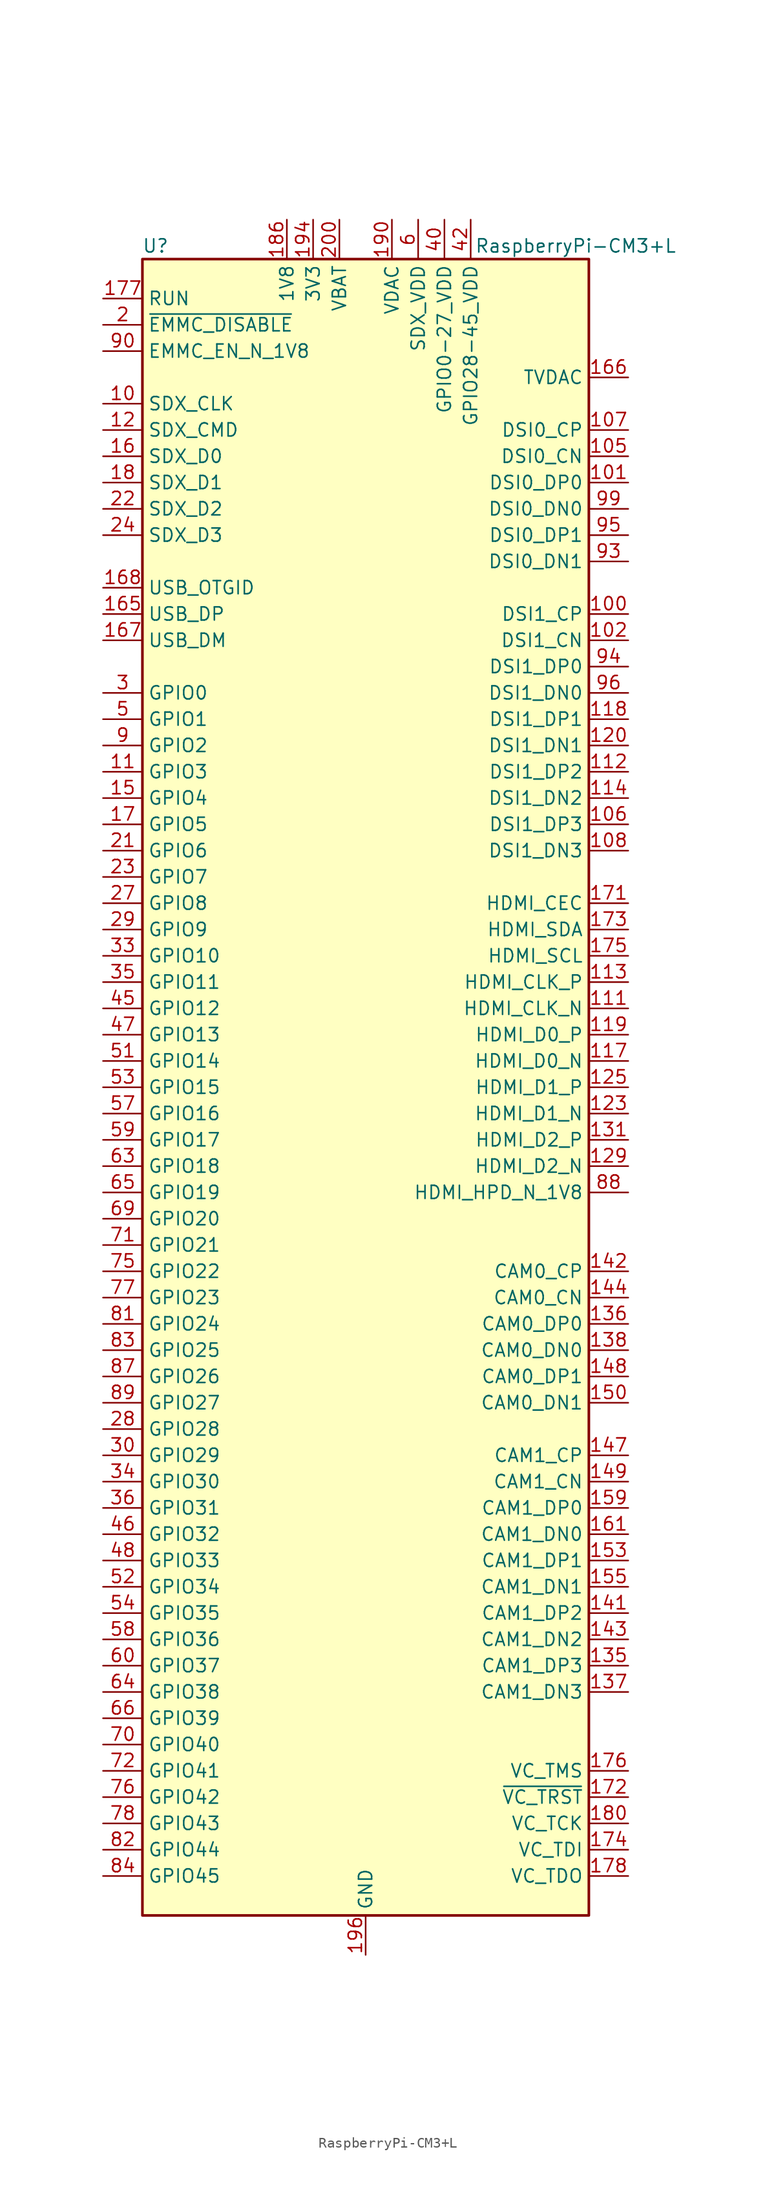
<source format=kicad_sym>
(kicad_symbol_lib
  (version 20200908)
  (generator kicad_symbol_editor)
  (symbol "MCU_Module:RaspberryPi-CM3+L"
    (property "Reference" "U"
      (at -20.32 81.28 0)
      (effects (font (size 1.27 1.27))))
    (property "Value" "RaspberryPi-CM3+L"
      (at 20.32 81.28 0)
      (effects (font (size 1.27 1.27))))
    (symbol "RaspberryPi-CM3+L_0_1"
      (rectangle (start -21.59 80.01) (end 21.59 -80.01) (stroke (width 0.254)) (fill (type background))))
    (symbol "RaspberryPi-CM3+L_1_1"
      (pin passive line (at 0 -83.82 90) (length 3.81) hide (name "GND" (effects (font (size 1.27 1.27)))) (number "1" (effects (font (size 1.27 1.27)))))
      (pin output line (at -25.4 66.04 0) (length 3.81) (name "SDX_CLK" (effects (font (size 1.27 1.27)))) (number "10" (effects (font (size 1.27 1.27)))))
      (pin output line (at 25.4 45.72 180) (length 3.81) (name "DSI1_CP" (effects (font (size 1.27 1.27)))) (number "100" (effects (font (size 1.27 1.27)))))
      (pin output line (at 25.4 58.42 180) (length 3.81) (name "DSI0_DP0" (effects (font (size 1.27 1.27)))) (number "101" (effects (font (size 1.27 1.27)))))
      (pin output line (at 25.4 43.18 180) (length 3.81) (name "DSI1_CN" (effects (font (size 1.27 1.27)))) (number "102" (effects (font (size 1.27 1.27)))))
      (pin passive line (at 0 -83.82 90) (length 3.81) hide (name "GND" (effects (font (size 1.27 1.27)))) (number "103" (effects (font (size 1.27 1.27)))))
      (pin passive line (at 0 -83.82 90) (length 3.81) hide (name "GND" (effects (font (size 1.27 1.27)))) (number "104" (effects (font (size 1.27 1.27)))))
      (pin output line (at 25.4 60.96 180) (length 3.81) (name "DSI0_CN" (effects (font (size 1.27 1.27)))) (number "105" (effects (font (size 1.27 1.27)))))
      (pin output line (at 25.4 25.4 180) (length 3.81) (name "DSI1_DP3" (effects (font (size 1.27 1.27)))) (number "106" (effects (font (size 1.27 1.27)))))
      (pin output line (at 25.4 63.5 180) (length 3.81) (name "DSI0_CP" (effects (font (size 1.27 1.27)))) (number "107" (effects (font (size 1.27 1.27)))))
      (pin output line (at 25.4 22.86 180) (length 3.81) (name "DSI1_DN3" (effects (font (size 1.27 1.27)))) (number "108" (effects (font (size 1.27 1.27)))))
      (pin passive line (at 0 -83.82 90) (length 3.81) hide (name "GND" (effects (font (size 1.27 1.27)))) (number "109" (effects (font (size 1.27 1.27)))))
      (pin bidirectional line (at -25.4 30.48 0) (length 3.81) (name "GPIO3" (effects (font (size 1.27 1.27)))) (number "11" (effects (font (size 1.27 1.27)))))
      (pin passive line (at 0 -83.82 90) (length 3.81) hide (name "GND" (effects (font (size 1.27 1.27)))) (number "110" (effects (font (size 1.27 1.27)))))
      (pin output line (at 25.4 7.62 180) (length 3.81) (name "HDMI_CLK_N" (effects (font (size 1.27 1.27)))) (number "111" (effects (font (size 1.27 1.27)))))
      (pin output line (at 25.4 30.48 180) (length 3.81) (name "DSI1_DP2" (effects (font (size 1.27 1.27)))) (number "112" (effects (font (size 1.27 1.27)))))
      (pin output line (at 25.4 10.16 180) (length 3.81) (name "HDMI_CLK_P" (effects (font (size 1.27 1.27)))) (number "113" (effects (font (size 1.27 1.27)))))
      (pin output line (at 25.4 27.94 180) (length 3.81) (name "DSI1_DN2" (effects (font (size 1.27 1.27)))) (number "114" (effects (font (size 1.27 1.27)))))
      (pin passive line (at 0 -83.82 90) (length 3.81) hide (name "GND" (effects (font (size 1.27 1.27)))) (number "115" (effects (font (size 1.27 1.27)))))
      (pin passive line (at 0 -83.82 90) (length 3.81) hide (name "GND" (effects (font (size 1.27 1.27)))) (number "116" (effects (font (size 1.27 1.27)))))
      (pin output line (at 25.4 2.54 180) (length 3.81) (name "HDMI_D0_N" (effects (font (size 1.27 1.27)))) (number "117" (effects (font (size 1.27 1.27)))))
      (pin output line (at 25.4 35.56 180) (length 3.81) (name "DSI1_DP1" (effects (font (size 1.27 1.27)))) (number "118" (effects (font (size 1.27 1.27)))))
      (pin output line (at 25.4 5.08 180) (length 3.81) (name "HDMI_D0_P" (effects (font (size 1.27 1.27)))) (number "119" (effects (font (size 1.27 1.27)))))
      (pin bidirectional line (at -25.4 63.5 0) (length 3.81) (name "SDX_CMD" (effects (font (size 1.27 1.27)))) (number "12" (effects (font (size 1.27 1.27)))))
      (pin output line (at 25.4 33.02 180) (length 3.81) (name "DSI1_DN1" (effects (font (size 1.27 1.27)))) (number "120" (effects (font (size 1.27 1.27)))))
      (pin passive line (at 0 -83.82 90) (length 3.81) hide (name "GND" (effects (font (size 1.27 1.27)))) (number "121" (effects (font (size 1.27 1.27)))))
      (pin passive line (at 0 -83.82 90) (length 3.81) hide (name "GND" (effects (font (size 1.27 1.27)))) (number "122" (effects (font (size 1.27 1.27)))))
      (pin output line (at 25.4 -2.54 180) (length 3.81) (name "HDMI_D1_N" (effects (font (size 1.27 1.27)))) (number "123" (effects (font (size 1.27 1.27)))))
      (pin unconnected line (at 20.32 76.2 180) (length 2.54) hide (name "NC" (effects (font (size 1.27 1.27)))) (number "124" (effects (font (size 1.27 1.27)))))
      (pin output line (at 25.4 0 180) (length 3.81) (name "HDMI_D1_P" (effects (font (size 1.27 1.27)))) (number "125" (effects (font (size 1.27 1.27)))))
      (pin unconnected line (at 20.32 73.66 180) (length 2.54) hide (name "NC" (effects (font (size 1.27 1.27)))) (number "126" (effects (font (size 1.27 1.27)))))
      (pin passive line (at 0 -83.82 90) (length 3.81) hide (name "GND" (effects (font (size 1.27 1.27)))) (number "127" (effects (font (size 1.27 1.27)))))
      (pin unconnected line (at 20.32 71.12 180) (length 2.54) hide (name "NC" (effects (font (size 1.27 1.27)))) (number "128" (effects (font (size 1.27 1.27)))))
      (pin output line (at 25.4 -7.62 180) (length 3.81) (name "HDMI_D2_N" (effects (font (size 1.27 1.27)))) (number "129" (effects (font (size 1.27 1.27)))))
      (pin passive line (at 0 -83.82 90) (length 3.81) hide (name "GND" (effects (font (size 1.27 1.27)))) (number "13" (effects (font (size 1.27 1.27)))))
      (pin unconnected line (at 20.32 66.04 180) (length 2.54) hide (name "NC" (effects (font (size 1.27 1.27)))) (number "130" (effects (font (size 1.27 1.27)))))
      (pin output line (at 25.4 -5.08 180) (length 3.81) (name "HDMI_D2_P" (effects (font (size 1.27 1.27)))) (number "131" (effects (font (size 1.27 1.27)))))
      (pin unconnected line (at 20.32 48.26 180) (length 2.54) hide (name "NC" (effects (font (size 1.27 1.27)))) (number "132" (effects (font (size 1.27 1.27)))))
      (pin passive line (at 0 -83.82 90) (length 3.81) hide (name "GND" (effects (font (size 1.27 1.27)))) (number "133" (effects (font (size 1.27 1.27)))))
      (pin passive line (at 0 -83.82 90) (length 3.81) hide (name "GND" (effects (font (size 1.27 1.27)))) (number "134" (effects (font (size 1.27 1.27)))))
      (pin input line (at 25.4 -55.88 180) (length 3.81) (name "CAM1_DP3" (effects (font (size 1.27 1.27)))) (number "135" (effects (font (size 1.27 1.27)))))
      (pin input line (at 25.4 -22.86 180) (length 3.81) (name "CAM0_DP0" (effects (font (size 1.27 1.27)))) (number "136" (effects (font (size 1.27 1.27)))))
      (pin input line (at 25.4 -58.42 180) (length 3.81) (name "CAM1_DN3" (effects (font (size 1.27 1.27)))) (number "137" (effects (font (size 1.27 1.27)))))
      (pin input line (at 25.4 -25.4 180) (length 3.81) (name "CAM0_DN0" (effects (font (size 1.27 1.27)))) (number "138" (effects (font (size 1.27 1.27)))))
      (pin passive line (at 0 -83.82 90) (length 3.81) hide (name "GND" (effects (font (size 1.27 1.27)))) (number "139" (effects (font (size 1.27 1.27)))))
      (pin passive line (at 0 -83.82 90) (length 3.81) hide (name "GND" (effects (font (size 1.27 1.27)))) (number "14" (effects (font (size 1.27 1.27)))))
      (pin passive line (at 0 -83.82 90) (length 3.81) hide (name "GND" (effects (font (size 1.27 1.27)))) (number "140" (effects (font (size 1.27 1.27)))))
      (pin input line (at 25.4 -50.8 180) (length 3.81) (name "CAM1_DP2" (effects (font (size 1.27 1.27)))) (number "141" (effects (font (size 1.27 1.27)))))
      (pin input line (at 25.4 -17.78 180) (length 3.81) (name "CAM0_CP" (effects (font (size 1.27 1.27)))) (number "142" (effects (font (size 1.27 1.27)))))
      (pin input line (at 25.4 -53.34 180) (length 3.81) (name "CAM1_DN2" (effects (font (size 1.27 1.27)))) (number "143" (effects (font (size 1.27 1.27)))))
      (pin input line (at 25.4 -20.32 180) (length 3.81) (name "CAM0_CN" (effects (font (size 1.27 1.27)))) (number "144" (effects (font (size 1.27 1.27)))))
      (pin passive line (at 0 -83.82 90) (length 3.81) hide (name "GND" (effects (font (size 1.27 1.27)))) (number "145" (effects (font (size 1.27 1.27)))))
      (pin passive line (at 0 -83.82 90) (length 3.81) hide (name "GND" (effects (font (size 1.27 1.27)))) (number "146" (effects (font (size 1.27 1.27)))))
      (pin input line (at 25.4 -35.56 180) (length 3.81) (name "CAM1_CP" (effects (font (size 1.27 1.27)))) (number "147" (effects (font (size 1.27 1.27)))))
      (pin input line (at 25.4 -27.94 180) (length 3.81) (name "CAM0_DP1" (effects (font (size 1.27 1.27)))) (number "148" (effects (font (size 1.27 1.27)))))
      (pin input line (at 25.4 -38.1 180) (length 3.81) (name "CAM1_CN" (effects (font (size 1.27 1.27)))) (number "149" (effects (font (size 1.27 1.27)))))
      (pin bidirectional line (at -25.4 27.94 0) (length 3.81) (name "GPIO4" (effects (font (size 1.27 1.27)))) (number "15" (effects (font (size 1.27 1.27)))))
      (pin input line (at 25.4 -30.48 180) (length 3.81) (name "CAM0_DN1" (effects (font (size 1.27 1.27)))) (number "150" (effects (font (size 1.27 1.27)))))
      (pin passive line (at 0 -83.82 90) (length 3.81) hide (name "GND" (effects (font (size 1.27 1.27)))) (number "151" (effects (font (size 1.27 1.27)))))
      (pin passive line (at 0 -83.82 90) (length 3.81) hide (name "GND" (effects (font (size 1.27 1.27)))) (number "152" (effects (font (size 1.27 1.27)))))
      (pin input line (at 25.4 -45.72 180) (length 3.81) (name "CAM1_DP1" (effects (font (size 1.27 1.27)))) (number "153" (effects (font (size 1.27 1.27)))))
      (pin unconnected line (at 20.32 -15.24 180) (length 2.54) hide (name "NC" (effects (font (size 1.27 1.27)))) (number "154" (effects (font (size 1.27 1.27)))))
      (pin input line (at 25.4 -48.26 180) (length 3.81) (name "CAM1_DN1" (effects (font (size 1.27 1.27)))) (number "155" (effects (font (size 1.27 1.27)))))
      (pin unconnected line (at 20.32 -12.7 180) (length 2.54) hide (name "NC" (effects (font (size 1.27 1.27)))) (number "156" (effects (font (size 1.27 1.27)))))
      (pin passive line (at 0 -83.82 90) (length 3.81) hide (name "GND" (effects (font (size 1.27 1.27)))) (number "157" (effects (font (size 1.27 1.27)))))
      (pin unconnected line (at 20.32 20.32 180) (length 2.54) hide (name "NC" (effects (font (size 1.27 1.27)))) (number "158" (effects (font (size 1.27 1.27)))))
      (pin input line (at 25.4 -40.64 180) (length 3.81) (name "CAM1_DP0" (effects (font (size 1.27 1.27)))) (number "159" (effects (font (size 1.27 1.27)))))
      (pin bidirectional line (at -25.4 60.96 0) (length 3.81) (name "SDX_D0" (effects (font (size 1.27 1.27)))) (number "16" (effects (font (size 1.27 1.27)))))
      (pin unconnected line (at 20.32 -60.96 180) (length 2.54) hide (name "NC" (effects (font (size 1.27 1.27)))) (number "160" (effects (font (size 1.27 1.27)))))
      (pin input line (at 25.4 -43.18 180) (length 3.81) (name "CAM1_DN0" (effects (font (size 1.27 1.27)))) (number "161" (effects (font (size 1.27 1.27)))))
      (pin unconnected line (at 20.32 -63.5 180) (length 2.54) hide (name "NC" (effects (font (size 1.27 1.27)))) (number "162" (effects (font (size 1.27 1.27)))))
      (pin passive line (at 0 -83.82 90) (length 3.81) hide (name "GND" (effects (font (size 1.27 1.27)))) (number "163" (effects (font (size 1.27 1.27)))))
      (pin passive line (at 0 -83.82 90) (length 3.81) hide (name "GND" (effects (font (size 1.27 1.27)))) (number "164" (effects (font (size 1.27 1.27)))))
      (pin bidirectional line (at -25.4 45.72 0) (length 3.81) (name "USB_DP" (effects (font (size 1.27 1.27)))) (number "165" (effects (font (size 1.27 1.27)))))
      (pin output line (at 25.4 68.58 180) (length 3.81) (name "TVDAC" (effects (font (size 1.27 1.27)))) (number "166" (effects (font (size 1.27 1.27)))))
      (pin bidirectional line (at -25.4 43.18 0) (length 3.81) (name "USB_DM" (effects (font (size 1.27 1.27)))) (number "167" (effects (font (size 1.27 1.27)))))
      (pin passive line (at -25.4 48.26 0) (length 3.81) (name "USB_OTGID" (effects (font (size 1.27 1.27)))) (number "168" (effects (font (size 1.27 1.27)))))
      (pin passive line (at 0 -83.82 90) (length 3.81) hide (name "GND" (effects (font (size 1.27 1.27)))) (number "169" (effects (font (size 1.27 1.27)))))
      (pin bidirectional line (at -25.4 25.4 0) (length 3.81) (name "GPIO5" (effects (font (size 1.27 1.27)))) (number "17" (effects (font (size 1.27 1.27)))))
      (pin passive line (at 0 -83.82 90) (length 3.81) hide (name "GND" (effects (font (size 1.27 1.27)))) (number "170" (effects (font (size 1.27 1.27)))))
      (pin bidirectional line (at 25.4 17.78 180) (length 3.81) (name "HDMI_CEC" (effects (font (size 1.27 1.27)))) (number "171" (effects (font (size 1.27 1.27)))))
      (pin input line (at 25.4 -68.58 180) (length 3.81) (name "~VC_TRST" (effects (font (size 1.27 1.27)))) (number "172" (effects (font (size 1.27 1.27)))))
      (pin bidirectional line (at 25.4 15.24 180) (length 3.81) (name "HDMI_SDA" (effects (font (size 1.27 1.27)))) (number "173" (effects (font (size 1.27 1.27)))))
      (pin input line (at 25.4 -73.66 180) (length 3.81) (name "VC_TDI" (effects (font (size 1.27 1.27)))) (number "174" (effects (font (size 1.27 1.27)))))
      (pin bidirectional line (at 25.4 12.7 180) (length 3.81) (name "HDMI_SCL" (effects (font (size 1.27 1.27)))) (number "175" (effects (font (size 1.27 1.27)))))
      (pin input line (at 25.4 -66.04 180) (length 3.81) (name "VC_TMS" (effects (font (size 1.27 1.27)))) (number "176" (effects (font (size 1.27 1.27)))))
      (pin input line (at -25.4 76.2 0) (length 3.81) (name "RUN" (effects (font (size 1.27 1.27)))) (number "177" (effects (font (size 1.27 1.27)))))
      (pin output line (at 25.4 -76.2 180) (length 3.81) (name "VC_TDO" (effects (font (size 1.27 1.27)))) (number "178" (effects (font (size 1.27 1.27)))))
      (pin unconnected line (at 0 78.74 270) (length 2.54) hide (name "VDD_CORE_(DO_NOT_CONNECT)" (effects (font (size 1.27 1.27)))) (number "179" (effects (font (size 1.27 1.27)))))
      (pin bidirectional line (at -25.4 58.42 0) (length 3.81) (name "SDX_D1" (effects (font (size 1.27 1.27)))) (number "18" (effects (font (size 1.27 1.27)))))
      (pin input line (at 25.4 -71.12 180) (length 3.81) (name "VC_TCK" (effects (font (size 1.27 1.27)))) (number "180" (effects (font (size 1.27 1.27)))))
      (pin passive line (at 0 -83.82 90) (length 3.81) hide (name "GND" (effects (font (size 1.27 1.27)))) (number "181" (effects (font (size 1.27 1.27)))))
      (pin passive line (at 0 -83.82 90) (length 3.81) hide (name "GND" (effects (font (size 1.27 1.27)))) (number "182" (effects (font (size 1.27 1.27)))))
      (pin passive line (at -7.62 83.82 270) (length 3.81) hide (name "1V8" (effects (font (size 1.27 1.27)))) (number "183" (effects (font (size 1.27 1.27)))))
      (pin passive line (at -7.62 83.82 270) (length 3.81) hide (name "1V8" (effects (font (size 1.27 1.27)))) (number "184" (effects (font (size 1.27 1.27)))))
      (pin passive line (at -7.62 83.82 270) (length 3.81) hide (name "1V8" (effects (font (size 1.27 1.27)))) (number "185" (effects (font (size 1.27 1.27)))))
      (pin power_in line (at -7.62 83.82 270) (length 3.81) (name "1V8" (effects (font (size 1.27 1.27)))) (number "186" (effects (font (size 1.27 1.27)))))
      (pin passive line (at 0 -83.82 90) (length 3.81) hide (name "GND" (effects (font (size 1.27 1.27)))) (number "187" (effects (font (size 1.27 1.27)))))
      (pin passive line (at 0 -83.82 90) (length 3.81) hide (name "GND" (effects (font (size 1.27 1.27)))) (number "188" (effects (font (size 1.27 1.27)))))
      (pin passive line (at 2.54 83.82 270) (length 3.81) hide (name "VDAC" (effects (font (size 1.27 1.27)))) (number "189" (effects (font (size 1.27 1.27)))))
      (pin passive line (at 0 -83.82 90) (length 3.81) hide (name "GND" (effects (font (size 1.27 1.27)))) (number "19" (effects (font (size 1.27 1.27)))))
      (pin power_in line (at 2.54 83.82 270) (length 3.81) (name "VDAC" (effects (font (size 1.27 1.27)))) (number "190" (effects (font (size 1.27 1.27)))))
      (pin passive line (at -5.08 83.82 270) (length 3.81) hide (name "3V3" (effects (font (size 1.27 1.27)))) (number "191" (effects (font (size 1.27 1.27)))))
      (pin passive line (at -5.08 83.82 270) (length 3.81) hide (name "3V3" (effects (font (size 1.27 1.27)))) (number "192" (effects (font (size 1.27 1.27)))))
      (pin passive line (at -5.08 83.82 270) (length 3.81) hide (name "3V3" (effects (font (size 1.27 1.27)))) (number "193" (effects (font (size 1.27 1.27)))))
      (pin power_in line (at -5.08 83.82 270) (length 3.81) (name "3V3" (effects (font (size 1.27 1.27)))) (number "194" (effects (font (size 1.27 1.27)))))
      (pin passive line (at 0 -83.82 90) (length 3.81) hide (name "GND" (effects (font (size 1.27 1.27)))) (number "195" (effects (font (size 1.27 1.27)))))
      (pin power_out line (at 0 -83.82 90) (length 3.81) (name "GND" (effects (font (size 1.27 1.27)))) (number "196" (effects (font (size 1.27 1.27)))))
      (pin passive line (at -2.54 83.82 270) (length 3.81) hide (name "VBAT" (effects (font (size 1.27 1.27)))) (number "197" (effects (font (size 1.27 1.27)))))
      (pin passive line (at -2.54 83.82 270) (length 3.81) hide (name "VBAT" (effects (font (size 1.27 1.27)))) (number "198" (effects (font (size 1.27 1.27)))))
      (pin passive line (at -2.54 83.82 270) (length 3.81) hide (name "VBAT" (effects (font (size 1.27 1.27)))) (number "199" (effects (font (size 1.27 1.27)))))
      (pin input line (at -25.4 73.66 0) (length 3.81) (name "~EMMC_DISABLE" (effects (font (size 1.27 1.27)))) (number "2" (effects (font (size 1.27 1.27)))))
      (pin passive line (at 0 -83.82 90) (length 3.81) hide (name "GND" (effects (font (size 1.27 1.27)))) (number "20" (effects (font (size 1.27 1.27)))))
      (pin power_in line (at -2.54 83.82 270) (length 3.81) (name "VBAT" (effects (font (size 1.27 1.27)))) (number "200" (effects (font (size 1.27 1.27)))))
      (pin bidirectional line (at -25.4 22.86 0) (length 3.81) (name "GPIO6" (effects (font (size 1.27 1.27)))) (number "21" (effects (font (size 1.27 1.27)))))
      (pin bidirectional line (at -25.4 55.88 0) (length 3.81) (name "SDX_D2" (effects (font (size 1.27 1.27)))) (number "22" (effects (font (size 1.27 1.27)))))
      (pin bidirectional line (at -25.4 20.32 0) (length 3.81) (name "GPIO7" (effects (font (size 1.27 1.27)))) (number "23" (effects (font (size 1.27 1.27)))))
      (pin bidirectional line (at -25.4 53.34 0) (length 3.81) (name "SDX_D3" (effects (font (size 1.27 1.27)))) (number "24" (effects (font (size 1.27 1.27)))))
      (pin passive line (at 0 -83.82 90) (length 3.81) hide (name "GND" (effects (font (size 1.27 1.27)))) (number "25" (effects (font (size 1.27 1.27)))))
      (pin passive line (at 0 -83.82 90) (length 3.81) hide (name "GND" (effects (font (size 1.27 1.27)))) (number "26" (effects (font (size 1.27 1.27)))))
      (pin bidirectional line (at -25.4 17.78 0) (length 3.81) (name "GPIO8" (effects (font (size 1.27 1.27)))) (number "27" (effects (font (size 1.27 1.27)))))
      (pin bidirectional line (at -25.4 -33.02 0) (length 3.81) (name "GPIO28" (effects (font (size 1.27 1.27)))) (number "28" (effects (font (size 1.27 1.27)))))
      (pin bidirectional line (at -25.4 15.24 0) (length 3.81) (name "GPIO9" (effects (font (size 1.27 1.27)))) (number "29" (effects (font (size 1.27 1.27)))))
      (pin bidirectional line (at -25.4 38.1 0) (length 3.81) (name "GPIO0" (effects (font (size 1.27 1.27)))) (number "3" (effects (font (size 1.27 1.27)))))
      (pin bidirectional line (at -25.4 -35.56 0) (length 3.81) (name "GPIO29" (effects (font (size 1.27 1.27)))) (number "30" (effects (font (size 1.27 1.27)))))
      (pin passive line (at 0 -83.82 90) (length 3.81) hide (name "GND" (effects (font (size 1.27 1.27)))) (number "31" (effects (font (size 1.27 1.27)))))
      (pin passive line (at 0 -83.82 90) (length 3.81) hide (name "GND" (effects (font (size 1.27 1.27)))) (number "32" (effects (font (size 1.27 1.27)))))
      (pin bidirectional line (at -25.4 12.7 0) (length 3.81) (name "GPIO10" (effects (font (size 1.27 1.27)))) (number "33" (effects (font (size 1.27 1.27)))))
      (pin bidirectional line (at -25.4 -38.1 0) (length 3.81) (name "GPIO30" (effects (font (size 1.27 1.27)))) (number "34" (effects (font (size 1.27 1.27)))))
      (pin bidirectional line (at -25.4 10.16 0) (length 3.81) (name "GPIO11" (effects (font (size 1.27 1.27)))) (number "35" (effects (font (size 1.27 1.27)))))
      (pin bidirectional line (at -25.4 -40.64 0) (length 3.81) (name "GPIO31" (effects (font (size 1.27 1.27)))) (number "36" (effects (font (size 1.27 1.27)))))
      (pin passive line (at 0 -83.82 90) (length 3.81) hide (name "GND" (effects (font (size 1.27 1.27)))) (number "37" (effects (font (size 1.27 1.27)))))
      (pin passive line (at 0 -83.82 90) (length 3.81) hide (name "GND" (effects (font (size 1.27 1.27)))) (number "38" (effects (font (size 1.27 1.27)))))
      (pin passive line (at 7.62 83.82 270) (length 3.81) hide (name "GPIO0-27_VDD" (effects (font (size 1.27 1.27)))) (number "39" (effects (font (size 1.27 1.27)))))
      (pin passive line (at 5.08 83.82 270) (length 3.81) hide (name "SDX_VDD" (effects (font (size 1.27 1.27)))) (number "4" (effects (font (size 1.27 1.27)))))
      (pin power_in line (at 7.62 83.82 270) (length 3.81) (name "GPIO0-27_VDD" (effects (font (size 1.27 1.27)))) (number "40" (effects (font (size 1.27 1.27)))))
      (pin passive line (at 10.16 83.82 270) (length 3.81) hide (name "GPIO28-45_VDD" (effects (font (size 1.27 1.27)))) (number "41" (effects (font (size 1.27 1.27)))))
      (pin power_in line (at 10.16 83.82 270) (length 3.81) (name "GPIO28-45_VDD" (effects (font (size 1.27 1.27)))) (number "42" (effects (font (size 1.27 1.27)))))
      (pin passive line (at 0 -83.82 90) (length 3.81) hide (name "GND" (effects (font (size 1.27 1.27)))) (number "43" (effects (font (size 1.27 1.27)))))
      (pin passive line (at 0 -83.82 90) (length 3.81) hide (name "GND" (effects (font (size 1.27 1.27)))) (number "44" (effects (font (size 1.27 1.27)))))
      (pin bidirectional line (at -25.4 7.62 0) (length 3.81) (name "GPIO12" (effects (font (size 1.27 1.27)))) (number "45" (effects (font (size 1.27 1.27)))))
      (pin bidirectional line (at -25.4 -43.18 0) (length 3.81) (name "GPIO32" (effects (font (size 1.27 1.27)))) (number "46" (effects (font (size 1.27 1.27)))))
      (pin bidirectional line (at -25.4 5.08 0) (length 3.81) (name "GPIO13" (effects (font (size 1.27 1.27)))) (number "47" (effects (font (size 1.27 1.27)))))
      (pin bidirectional line (at -25.4 -45.72 0) (length 3.81) (name "GPIO33" (effects (font (size 1.27 1.27)))) (number "48" (effects (font (size 1.27 1.27)))))
      (pin passive line (at 0 -83.82 90) (length 3.81) hide (name "GND" (effects (font (size 1.27 1.27)))) (number "49" (effects (font (size 1.27 1.27)))))
      (pin bidirectional line (at -25.4 35.56 0) (length 3.81) (name "GPIO1" (effects (font (size 1.27 1.27)))) (number "5" (effects (font (size 1.27 1.27)))))
      (pin passive line (at 0 -83.82 90) (length 3.81) hide (name "GND" (effects (font (size 1.27 1.27)))) (number "50" (effects (font (size 1.27 1.27)))))
      (pin bidirectional line (at -25.4 2.54 0) (length 3.81) (name "GPIO14" (effects (font (size 1.27 1.27)))) (number "51" (effects (font (size 1.27 1.27)))))
      (pin bidirectional line (at -25.4 -48.26 0) (length 3.81) (name "GPIO34" (effects (font (size 1.27 1.27)))) (number "52" (effects (font (size 1.27 1.27)))))
      (pin bidirectional line (at -25.4 0 0) (length 3.81) (name "GPIO15" (effects (font (size 1.27 1.27)))) (number "53" (effects (font (size 1.27 1.27)))))
      (pin bidirectional line (at -25.4 -50.8 0) (length 3.81) (name "GPIO35" (effects (font (size 1.27 1.27)))) (number "54" (effects (font (size 1.27 1.27)))))
      (pin passive line (at 0 -83.82 90) (length 3.81) hide (name "GND" (effects (font (size 1.27 1.27)))) (number "55" (effects (font (size 1.27 1.27)))))
      (pin passive line (at 0 -83.82 90) (length 3.81) hide (name "GND" (effects (font (size 1.27 1.27)))) (number "56" (effects (font (size 1.27 1.27)))))
      (pin bidirectional line (at -25.4 -2.54 0) (length 3.81) (name "GPIO16" (effects (font (size 1.27 1.27)))) (number "57" (effects (font (size 1.27 1.27)))))
      (pin bidirectional line (at -25.4 -53.34 0) (length 3.81) (name "GPIO36" (effects (font (size 1.27 1.27)))) (number "58" (effects (font (size 1.27 1.27)))))
      (pin bidirectional line (at -25.4 -5.08 0) (length 3.81) (name "GPIO17" (effects (font (size 1.27 1.27)))) (number "59" (effects (font (size 1.27 1.27)))))
      (pin power_in line (at 5.08 83.82 270) (length 3.81) (name "SDX_VDD" (effects (font (size 1.27 1.27)))) (number "6" (effects (font (size 1.27 1.27)))))
      (pin bidirectional line (at -25.4 -55.88 0) (length 3.81) (name "GPIO37" (effects (font (size 1.27 1.27)))) (number "60" (effects (font (size 1.27 1.27)))))
      (pin passive line (at 0 -83.82 90) (length 3.81) hide (name "GND" (effects (font (size 1.27 1.27)))) (number "61" (effects (font (size 1.27 1.27)))))
      (pin passive line (at 0 -83.82 90) (length 3.81) hide (name "GND" (effects (font (size 1.27 1.27)))) (number "62" (effects (font (size 1.27 1.27)))))
      (pin bidirectional line (at -25.4 -7.62 0) (length 3.81) (name "GPIO18" (effects (font (size 1.27 1.27)))) (number "63" (effects (font (size 1.27 1.27)))))
      (pin bidirectional line (at -25.4 -58.42 0) (length 3.81) (name "GPIO38" (effects (font (size 1.27 1.27)))) (number "64" (effects (font (size 1.27 1.27)))))
      (pin bidirectional line (at -25.4 -10.16 0) (length 3.81) (name "GPIO19" (effects (font (size 1.27 1.27)))) (number "65" (effects (font (size 1.27 1.27)))))
      (pin bidirectional line (at -25.4 -60.96 0) (length 3.81) (name "GPIO39" (effects (font (size 1.27 1.27)))) (number "66" (effects (font (size 1.27 1.27)))))
      (pin passive line (at 0 -83.82 90) (length 3.81) hide (name "GND" (effects (font (size 1.27 1.27)))) (number "67" (effects (font (size 1.27 1.27)))))
      (pin passive line (at 0 -83.82 90) (length 3.81) hide (name "GND" (effects (font (size 1.27 1.27)))) (number "68" (effects (font (size 1.27 1.27)))))
      (pin bidirectional line (at -25.4 -12.7 0) (length 3.81) (name "GPIO20" (effects (font (size 1.27 1.27)))) (number "69" (effects (font (size 1.27 1.27)))))
      (pin passive line (at 0 -83.82 90) (length 3.81) hide (name "GND" (effects (font (size 1.27 1.27)))) (number "7" (effects (font (size 1.27 1.27)))))
      (pin bidirectional line (at -25.4 -63.5 0) (length 3.81) (name "GPIO40" (effects (font (size 1.27 1.27)))) (number "70" (effects (font (size 1.27 1.27)))))
      (pin bidirectional line (at -25.4 -15.24 0) (length 3.81) (name "GPIO21" (effects (font (size 1.27 1.27)))) (number "71" (effects (font (size 1.27 1.27)))))
      (pin bidirectional line (at -25.4 -66.04 0) (length 3.81) (name "GPIO41" (effects (font (size 1.27 1.27)))) (number "72" (effects (font (size 1.27 1.27)))))
      (pin passive line (at 0 -83.82 90) (length 3.81) hide (name "GND" (effects (font (size 1.27 1.27)))) (number "73" (effects (font (size 1.27 1.27)))))
      (pin passive line (at 0 -83.82 90) (length 3.81) hide (name "GND" (effects (font (size 1.27 1.27)))) (number "74" (effects (font (size 1.27 1.27)))))
      (pin bidirectional line (at -25.4 -17.78 0) (length 3.81) (name "GPIO22" (effects (font (size 1.27 1.27)))) (number "75" (effects (font (size 1.27 1.27)))))
      (pin bidirectional line (at -25.4 -68.58 0) (length 3.81) (name "GPIO42" (effects (font (size 1.27 1.27)))) (number "76" (effects (font (size 1.27 1.27)))))
      (pin bidirectional line (at -25.4 -20.32 0) (length 3.81) (name "GPIO23" (effects (font (size 1.27 1.27)))) (number "77" (effects (font (size 1.27 1.27)))))
      (pin bidirectional line (at -25.4 -71.12 0) (length 3.81) (name "GPIO43" (effects (font (size 1.27 1.27)))) (number "78" (effects (font (size 1.27 1.27)))))
      (pin passive line (at 0 -83.82 90) (length 3.81) hide (name "GND" (effects (font (size 1.27 1.27)))) (number "79" (effects (font (size 1.27 1.27)))))
      (pin passive line (at 0 -83.82 90) (length 3.81) hide (name "GND" (effects (font (size 1.27 1.27)))) (number "8" (effects (font (size 1.27 1.27)))))
      (pin passive line (at 0 -83.82 90) (length 3.81) hide (name "GND" (effects (font (size 1.27 1.27)))) (number "80" (effects (font (size 1.27 1.27)))))
      (pin bidirectional line (at -25.4 -22.86 0) (length 3.81) (name "GPIO24" (effects (font (size 1.27 1.27)))) (number "81" (effects (font (size 1.27 1.27)))))
      (pin bidirectional line (at -25.4 -73.66 0) (length 3.81) (name "GPIO44" (effects (font (size 1.27 1.27)))) (number "82" (effects (font (size 1.27 1.27)))))
      (pin bidirectional line (at -25.4 -25.4 0) (length 3.81) (name "GPIO25" (effects (font (size 1.27 1.27)))) (number "83" (effects (font (size 1.27 1.27)))))
      (pin bidirectional line (at -25.4 -76.2 0) (length 3.81) (name "GPIO45" (effects (font (size 1.27 1.27)))) (number "84" (effects (font (size 1.27 1.27)))))
      (pin passive line (at 0 -83.82 90) (length 3.81) hide (name "GND" (effects (font (size 1.27 1.27)))) (number "85" (effects (font (size 1.27 1.27)))))
      (pin passive line (at 0 -83.82 90) (length 3.81) hide (name "GND" (effects (font (size 1.27 1.27)))) (number "86" (effects (font (size 1.27 1.27)))))
      (pin bidirectional line (at -25.4 -27.94 0) (length 3.81) (name "GPIO26" (effects (font (size 1.27 1.27)))) (number "87" (effects (font (size 1.27 1.27)))))
      (pin input line (at 25.4 -10.16 180) (length 3.81) (name "HDMI_HPD_N_1V8" (effects (font (size 1.27 1.27)))) (number "88" (effects (font (size 1.27 1.27)))))
      (pin bidirectional line (at -25.4 -30.48 0) (length 3.81) (name "GPIO27" (effects (font (size 1.27 1.27)))) (number "89" (effects (font (size 1.27 1.27)))))
      (pin bidirectional line (at -25.4 33.02 0) (length 3.81) (name "GPIO2" (effects (font (size 1.27 1.27)))) (number "9" (effects (font (size 1.27 1.27)))))
      (pin output line (at -25.4 71.12 0) (length 3.81) (name "EMMC_EN_N_1V8" (effects (font (size 1.27 1.27)))) (number "90" (effects (font (size 1.27 1.27)))))
      (pin passive line (at 0 -83.82 90) (length 3.81) hide (name "GND" (effects (font (size 1.27 1.27)))) (number "91" (effects (font (size 1.27 1.27)))))
      (pin passive line (at 0 -83.82 90) (length 3.81) hide (name "GND" (effects (font (size 1.27 1.27)))) (number "92" (effects (font (size 1.27 1.27)))))
      (pin output line (at 25.4 50.8 180) (length 3.81) (name "DSI0_DN1" (effects (font (size 1.27 1.27)))) (number "93" (effects (font (size 1.27 1.27)))))
      (pin output line (at 25.4 40.64 180) (length 3.81) (name "DSI1_DP0" (effects (font (size 1.27 1.27)))) (number "94" (effects (font (size 1.27 1.27)))))
      (pin output line (at 25.4 53.34 180) (length 3.81) (name "DSI0_DP1" (effects (font (size 1.27 1.27)))) (number "95" (effects (font (size 1.27 1.27)))))
      (pin output line (at 25.4 38.1 180) (length 3.81) (name "DSI1_DN0" (effects (font (size 1.27 1.27)))) (number "96" (effects (font (size 1.27 1.27)))))
      (pin passive line (at 0 -83.82 90) (length 3.81) hide (name "GND" (effects (font (size 1.27 1.27)))) (number "97" (effects (font (size 1.27 1.27)))))
      (pin passive line (at 0 -83.82 90) (length 3.81) hide (name "GND" (effects (font (size 1.27 1.27)))) (number "98" (effects (font (size 1.27 1.27)))))
      (pin output line (at 25.4 55.88 180) (length 3.81) (name "DSI0_DN0" (effects (font (size 1.27 1.27)))) (number "99" (effects (font (size 1.27 1.27))))))))
</source>
